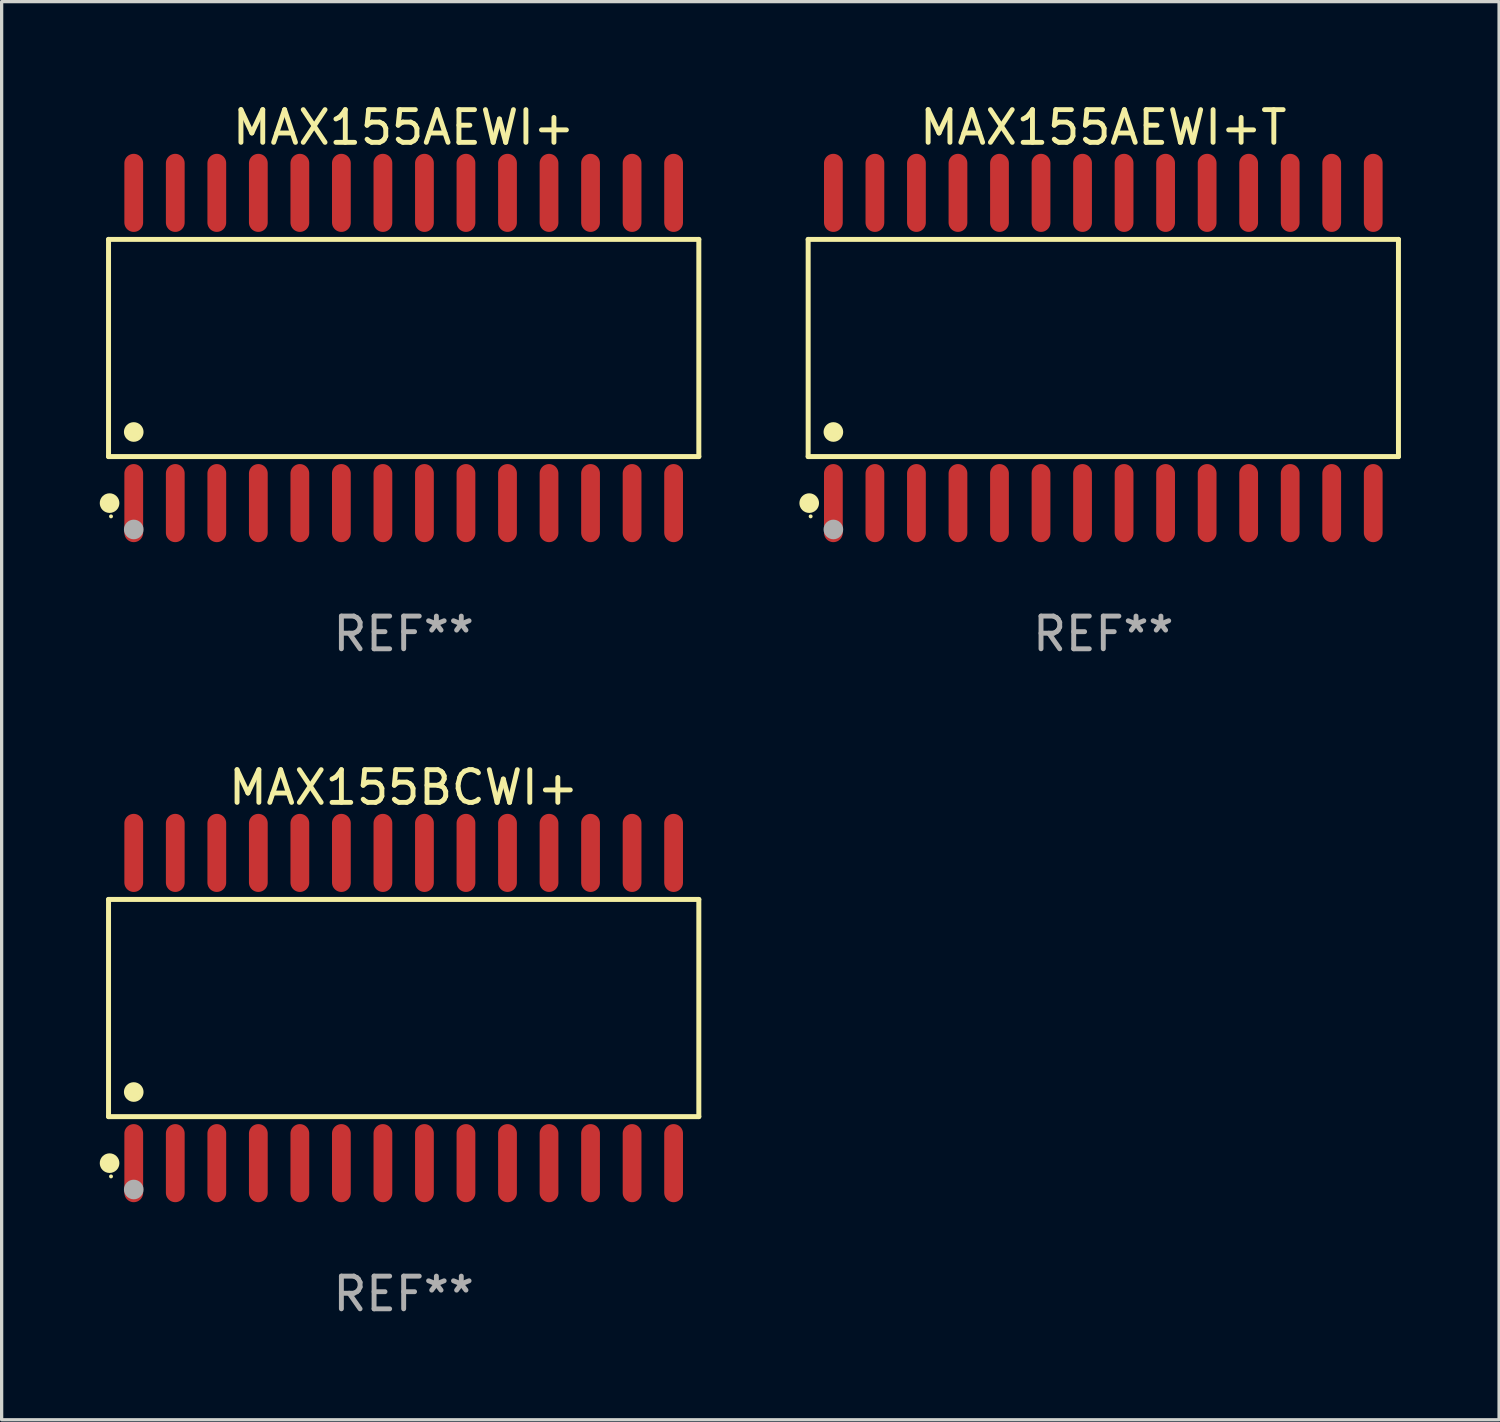
<source format=kicad_pcb>
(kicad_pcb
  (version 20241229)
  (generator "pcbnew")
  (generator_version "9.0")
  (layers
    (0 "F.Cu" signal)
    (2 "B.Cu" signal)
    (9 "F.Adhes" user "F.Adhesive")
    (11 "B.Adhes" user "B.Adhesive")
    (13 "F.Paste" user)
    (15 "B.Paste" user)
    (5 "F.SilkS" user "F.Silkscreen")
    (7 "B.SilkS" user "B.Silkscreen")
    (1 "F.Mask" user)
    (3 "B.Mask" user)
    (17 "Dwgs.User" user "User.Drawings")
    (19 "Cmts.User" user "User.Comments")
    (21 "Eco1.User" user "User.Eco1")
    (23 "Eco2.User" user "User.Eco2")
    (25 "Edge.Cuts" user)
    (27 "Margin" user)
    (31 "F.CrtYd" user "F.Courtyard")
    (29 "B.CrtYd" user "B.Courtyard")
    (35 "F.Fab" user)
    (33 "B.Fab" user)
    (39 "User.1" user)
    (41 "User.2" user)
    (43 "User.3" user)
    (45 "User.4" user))
  (footprint "MAX155AEWI+"
    (layer "F.Cu")
    (at 9.295 7.592)
    (property "Reference" "MAX155AEWI+" (at 0 -6.744 0) (layer "F.SilkS") (effects (font (size 1 1) (thickness 0.15))))
    (attr through_hole)
    (fp_line (start -9.026 -3.321) (end 9.026 -3.321) (stroke (width 0.152) (type solid)) (layer "F.SilkS"))
    (fp_line (start -9.026 3.321) (end -9.026 -3.321) (stroke (width 0.152) (type solid)) (layer "F.SilkS"))
    (fp_line (start 9.026 -3.321) (end 9.026 3.321) (stroke (width 0.152) (type solid)) (layer "F.SilkS"))
    (fp_line (start 9.026 3.321) (end -9.026 3.321) (stroke (width 0.152) (type solid)) (layer "F.SilkS"))
    (fp_circle (center -8.994 4.744) (end -8.844 4.744) (stroke (width 0.3) (type solid)) (fill no) (layer "F.SilkS"))
    (fp_circle (center -8.95 5.15) (end -8.92 5.15) (stroke (width 0.06) (type solid)) (fill no) (layer "F.SilkS"))
    (fp_circle (center -8.255 2.569) (end -8.105 2.569) (stroke (width 0.3) (type solid)) (fill no) (layer "F.SilkS"))
    (fp_circle (center -8.255 5.55) (end -8.105 5.55) (stroke (width 0.3) (type solid)) (fill no) (layer "F.Fab"))
    (fp_text user "REF**" (at 0 8.744 0) (layer "F.Fab") (effects (font (size 1 1) (thickness 0.15))))
    (pad "1" smd oval (at -8.255 4.744) (size 0.574 2.388) (layers "F.Cu" "F.Mask" "F.Paste"))
    (pad "2" smd oval (at -6.985 4.744) (size 0.574 2.388) (layers "F.Cu" "F.Mask" "F.Paste"))
    (pad "3" smd oval (at -5.715 4.744) (size 0.574 2.388) (layers "F.Cu" "F.Mask" "F.Paste"))
    (pad "4" smd oval (at -4.445 4.744) (size 0.574 2.388) (layers "F.Cu" "F.Mask" "F.Paste"))
    (pad "5" smd oval (at -3.175 4.744) (size 0.574 2.388) (layers "F.Cu" "F.Mask" "F.Paste"))
    (pad "6" smd oval (at -1.905 4.744) (size 0.574 2.388) (layers "F.Cu" "F.Mask" "F.Paste"))
    (pad "7" smd oval (at -0.635 4.744) (size 0.574 2.388) (layers "F.Cu" "F.Mask" "F.Paste"))
    (pad "8" smd oval (at 0.635 4.744) (size 0.574 2.388) (layers "F.Cu" "F.Mask" "F.Paste"))
    (pad "9" smd oval (at 1.905 4.744) (size 0.574 2.388) (layers "F.Cu" "F.Mask" "F.Paste"))
    (pad "10" smd oval (at 3.175 4.744) (size 0.574 2.388) (layers "F.Cu" "F.Mask" "F.Paste"))
    (pad "11" smd oval (at 4.445 4.744) (size 0.574 2.388) (layers "F.Cu" "F.Mask" "F.Paste"))
    (pad "12" smd oval (at 5.715 4.744) (size 0.574 2.388) (layers "F.Cu" "F.Mask" "F.Paste"))
    (pad "13" smd oval (at 6.985 4.744) (size 0.574 2.388) (layers "F.Cu" "F.Mask" "F.Paste"))
    (pad "14" smd oval (at 8.255 4.744) (size 0.574 2.388) (layers "F.Cu" "F.Mask" "F.Paste"))
    (pad "15" smd oval (at 8.255 -4.744) (size 0.574 2.388) (layers "F.Cu" "F.Mask" "F.Paste"))
    (pad "16" smd oval (at 6.985 -4.744) (size 0.574 2.388) (layers "F.Cu" "F.Mask" "F.Paste"))
    (pad "17" smd oval (at 5.715 -4.744) (size 0.574 2.388) (layers "F.Cu" "F.Mask" "F.Paste"))
    (pad "18" smd oval (at 4.445 -4.744) (size 0.574 2.388) (layers "F.Cu" "F.Mask" "F.Paste"))
    (pad "19" smd oval (at 3.175 -4.744) (size 0.574 2.388) (layers "F.Cu" "F.Mask" "F.Paste"))
    (pad "20" smd oval (at 1.905 -4.744) (size 0.574 2.388) (layers "F.Cu" "F.Mask" "F.Paste"))
    (pad "21" smd oval (at 0.635 -4.744) (size 0.574 2.388) (layers "F.Cu" "F.Mask" "F.Paste"))
    (pad "22" smd oval (at -0.635 -4.744) (size 0.574 2.388) (layers "F.Cu" "F.Mask" "F.Paste"))
    (pad "23" smd oval (at -1.905 -4.744) (size 0.574 2.388) (layers "F.Cu" "F.Mask" "F.Paste"))
    (pad "24" smd oval (at -3.175 -4.744) (size 0.574 2.388) (layers "F.Cu" "F.Mask" "F.Paste"))
    (pad "25" smd oval (at -4.445 -4.744) (size 0.574 2.388) (layers "F.Cu" "F.Mask" "F.Paste"))
    (pad "26" smd oval (at -5.715 -4.744) (size 0.574 2.388) (layers "F.Cu" "F.Mask" "F.Paste"))
    (pad "27" smd oval (at -6.985 -4.744) (size 0.574 2.388) (layers "F.Cu" "F.Mask" "F.Paste"))
    (pad "28" smd oval (at -8.255 -4.744) (size 0.574 2.388) (layers "F.Cu" "F.Mask" "F.Paste")))
  (footprint "MAX155AEWI+T"
    (layer "F.Cu")
    (at 30.691 7.592)
    (property "Reference" "MAX155AEWI+T" (at 0 -6.744 0) (layer "F.SilkS") (effects (font (size 1 1) (thickness 0.15))))
    (attr through_hole)
    (fp_line (start -9.026 -3.321) (end 9.026 -3.321) (stroke (width 0.152) (type solid)) (layer "F.SilkS"))
    (fp_line (start -9.026 3.321) (end -9.026 -3.321) (stroke (width 0.152) (type solid)) (layer "F.SilkS"))
    (fp_line (start 9.026 -3.321) (end 9.026 3.321) (stroke (width 0.152) (type solid)) (layer "F.SilkS"))
    (fp_line (start 9.026 3.321) (end -9.026 3.321) (stroke (width 0.152) (type solid)) (layer "F.SilkS"))
    (fp_circle (center -8.994 4.744) (end -8.844 4.744) (stroke (width 0.3) (type solid)) (fill no) (layer "F.SilkS"))
    (fp_circle (center -8.95 5.15) (end -8.92 5.15) (stroke (width 0.06) (type solid)) (fill no) (layer "F.SilkS"))
    (fp_circle (center -8.255 2.569) (end -8.105 2.569) (stroke (width 0.3) (type solid)) (fill no) (layer "F.SilkS"))
    (fp_circle (center -8.255 5.55) (end -8.105 5.55) (stroke (width 0.3) (type solid)) (fill no) (layer "F.Fab"))
    (fp_text user "REF**" (at 0 8.744 0) (layer "F.Fab") (effects (font (size 1 1) (thickness 0.15))))
    (pad "1" smd oval (at -8.255 4.744) (size 0.574 2.388) (layers "F.Cu" "F.Mask" "F.Paste"))
    (pad "2" smd oval (at -6.985 4.744) (size 0.574 2.388) (layers "F.Cu" "F.Mask" "F.Paste"))
    (pad "3" smd oval (at -5.715 4.744) (size 0.574 2.388) (layers "F.Cu" "F.Mask" "F.Paste"))
    (pad "4" smd oval (at -4.445 4.744) (size 0.574 2.388) (layers "F.Cu" "F.Mask" "F.Paste"))
    (pad "5" smd oval (at -3.175 4.744) (size 0.574 2.388) (layers "F.Cu" "F.Mask" "F.Paste"))
    (pad "6" smd oval (at -1.905 4.744) (size 0.574 2.388) (layers "F.Cu" "F.Mask" "F.Paste"))
    (pad "7" smd oval (at -0.635 4.744) (size 0.574 2.388) (layers "F.Cu" "F.Mask" "F.Paste"))
    (pad "8" smd oval (at 0.635 4.744) (size 0.574 2.388) (layers "F.Cu" "F.Mask" "F.Paste"))
    (pad "9" smd oval (at 1.905 4.744) (size 0.574 2.388) (layers "F.Cu" "F.Mask" "F.Paste"))
    (pad "10" smd oval (at 3.175 4.744) (size 0.574 2.388) (layers "F.Cu" "F.Mask" "F.Paste"))
    (pad "11" smd oval (at 4.445 4.744) (size 0.574 2.388) (layers "F.Cu" "F.Mask" "F.Paste"))
    (pad "12" smd oval (at 5.715 4.744) (size 0.574 2.388) (layers "F.Cu" "F.Mask" "F.Paste"))
    (pad "13" smd oval (at 6.985 4.744) (size 0.574 2.388) (layers "F.Cu" "F.Mask" "F.Paste"))
    (pad "14" smd oval (at 8.255 4.744) (size 0.574 2.388) (layers "F.Cu" "F.Mask" "F.Paste"))
    (pad "15" smd oval (at 8.255 -4.744) (size 0.574 2.388) (layers "F.Cu" "F.Mask" "F.Paste"))
    (pad "16" smd oval (at 6.985 -4.744) (size 0.574 2.388) (layers "F.Cu" "F.Mask" "F.Paste"))
    (pad "17" smd oval (at 5.715 -4.744) (size 0.574 2.388) (layers "F.Cu" "F.Mask" "F.Paste"))
    (pad "18" smd oval (at 4.445 -4.744) (size 0.574 2.388) (layers "F.Cu" "F.Mask" "F.Paste"))
    (pad "19" smd oval (at 3.175 -4.744) (size 0.574 2.388) (layers "F.Cu" "F.Mask" "F.Paste"))
    (pad "20" smd oval (at 1.905 -4.744) (size 0.574 2.388) (layers "F.Cu" "F.Mask" "F.Paste"))
    (pad "21" smd oval (at 0.635 -4.744) (size 0.574 2.388) (layers "F.Cu" "F.Mask" "F.Paste"))
    (pad "22" smd oval (at -0.635 -4.744) (size 0.574 2.388) (layers "F.Cu" "F.Mask" "F.Paste"))
    (pad "23" smd oval (at -1.905 -4.744) (size 0.574 2.388) (layers "F.Cu" "F.Mask" "F.Paste"))
    (pad "24" smd oval (at -3.175 -4.744) (size 0.574 2.388) (layers "F.Cu" "F.Mask" "F.Paste"))
    (pad "25" smd oval (at -4.445 -4.744) (size 0.574 2.388) (layers "F.Cu" "F.Mask" "F.Paste"))
    (pad "26" smd oval (at -5.715 -4.744) (size 0.574 2.388) (layers "F.Cu" "F.Mask" "F.Paste"))
    (pad "27" smd oval (at -6.985 -4.744) (size 0.574 2.388) (layers "F.Cu" "F.Mask" "F.Paste"))
    (pad "28" smd oval (at -8.255 -4.744) (size 0.574 2.388) (layers "F.Cu" "F.Mask" "F.Paste")))
  (footprint "MAX155BCWI+"
    (layer "F.Cu")
    (at 9.295 27.777)
    (property "Reference" "MAX155BCWI+" (at 0 -6.744 0) (layer "F.SilkS") (effects (font (size 1 1) (thickness 0.15))))
    (attr through_hole)
    (fp_line (start -9.026 -3.321) (end 9.026 -3.321) (stroke (width 0.152) (type solid)) (layer "F.SilkS"))
    (fp_line (start -9.026 3.321) (end -9.026 -3.321) (stroke (width 0.152) (type solid)) (layer "F.SilkS"))
    (fp_line (start 9.026 -3.321) (end 9.026 3.321) (stroke (width 0.152) (type solid)) (layer "F.SilkS"))
    (fp_line (start 9.026 3.321) (end -9.026 3.321) (stroke (width 0.152) (type solid)) (layer "F.SilkS"))
    (fp_circle (center -8.994 4.744) (end -8.844 4.744) (stroke (width 0.3) (type solid)) (fill no) (layer "F.SilkS"))
    (fp_circle (center -8.95 5.15) (end -8.92 5.15) (stroke (width 0.06) (type solid)) (fill no) (layer "F.SilkS"))
    (fp_circle (center -8.255 2.569) (end -8.105 2.569) (stroke (width 0.3) (type solid)) (fill no) (layer "F.SilkS"))
    (fp_circle (center -8.255 5.55) (end -8.105 5.55) (stroke (width 0.3) (type solid)) (fill no) (layer "F.Fab"))
    (fp_text user "REF**" (at 0 8.744 0) (layer "F.Fab") (effects (font (size 1 1) (thickness 0.15))))
    (pad "1" smd oval (at -8.255 4.744) (size 0.574 2.388) (layers "F.Cu" "F.Mask" "F.Paste"))
    (pad "2" smd oval (at -6.985 4.744) (size 0.574 2.388) (layers "F.Cu" "F.Mask" "F.Paste"))
    (pad "3" smd oval (at -5.715 4.744) (size 0.574 2.388) (layers "F.Cu" "F.Mask" "F.Paste"))
    (pad "4" smd oval (at -4.445 4.744) (size 0.574 2.388) (layers "F.Cu" "F.Mask" "F.Paste"))
    (pad "5" smd oval (at -3.175 4.744) (size 0.574 2.388) (layers "F.Cu" "F.Mask" "F.Paste"))
    (pad "6" smd oval (at -1.905 4.744) (size 0.574 2.388) (layers "F.Cu" "F.Mask" "F.Paste"))
    (pad "7" smd oval (at -0.635 4.744) (size 0.574 2.388) (layers "F.Cu" "F.Mask" "F.Paste"))
    (pad "8" smd oval (at 0.635 4.744) (size 0.574 2.388) (layers "F.Cu" "F.Mask" "F.Paste"))
    (pad "9" smd oval (at 1.905 4.744) (size 0.574 2.388) (layers "F.Cu" "F.Mask" "F.Paste"))
    (pad "10" smd oval (at 3.175 4.744) (size 0.574 2.388) (layers "F.Cu" "F.Mask" "F.Paste"))
    (pad "11" smd oval (at 4.445 4.744) (size 0.574 2.388) (layers "F.Cu" "F.Mask" "F.Paste"))
    (pad "12" smd oval (at 5.715 4.744) (size 0.574 2.388) (layers "F.Cu" "F.Mask" "F.Paste"))
    (pad "13" smd oval (at 6.985 4.744) (size 0.574 2.388) (layers "F.Cu" "F.Mask" "F.Paste"))
    (pad "14" smd oval (at 8.255 4.744) (size 0.574 2.388) (layers "F.Cu" "F.Mask" "F.Paste"))
    (pad "15" smd oval (at 8.255 -4.744) (size 0.574 2.388) (layers "F.Cu" "F.Mask" "F.Paste"))
    (pad "16" smd oval (at 6.985 -4.744) (size 0.574 2.388) (layers "F.Cu" "F.Mask" "F.Paste"))
    (pad "17" smd oval (at 5.715 -4.744) (size 0.574 2.388) (layers "F.Cu" "F.Mask" "F.Paste"))
    (pad "18" smd oval (at 4.445 -4.744) (size 0.574 2.388) (layers "F.Cu" "F.Mask" "F.Paste"))
    (pad "19" smd oval (at 3.175 -4.744) (size 0.574 2.388) (layers "F.Cu" "F.Mask" "F.Paste"))
    (pad "20" smd oval (at 1.905 -4.744) (size 0.574 2.388) (layers "F.Cu" "F.Mask" "F.Paste"))
    (pad "21" smd oval (at 0.635 -4.744) (size 0.574 2.388) (layers "F.Cu" "F.Mask" "F.Paste"))
    (pad "22" smd oval (at -0.635 -4.744) (size 0.574 2.388) (layers "F.Cu" "F.Mask" "F.Paste"))
    (pad "23" smd oval (at -1.905 -4.744) (size 0.574 2.388) (layers "F.Cu" "F.Mask" "F.Paste"))
    (pad "24" smd oval (at -3.175 -4.744) (size 0.574 2.388) (layers "F.Cu" "F.Mask" "F.Paste"))
    (pad "25" smd oval (at -4.445 -4.744) (size 0.574 2.388) (layers "F.Cu" "F.Mask" "F.Paste"))
    (pad "26" smd oval (at -5.715 -4.744) (size 0.574 2.388) (layers "F.Cu" "F.Mask" "F.Paste"))
    (pad "27" smd oval (at -6.985 -4.744) (size 0.574 2.388) (layers "F.Cu" "F.Mask" "F.Paste"))
    (pad "28" smd oval (at -8.255 -4.744) (size 0.574 2.388) (layers "F.Cu" "F.Mask" "F.Paste")))
  (gr_rect
    (start -3 -3)
    (end 42.794 40.369)
    (stroke (width 0.1) (type default))
    (fill no)
    (layer "Edge.Cuts")))
</source>
